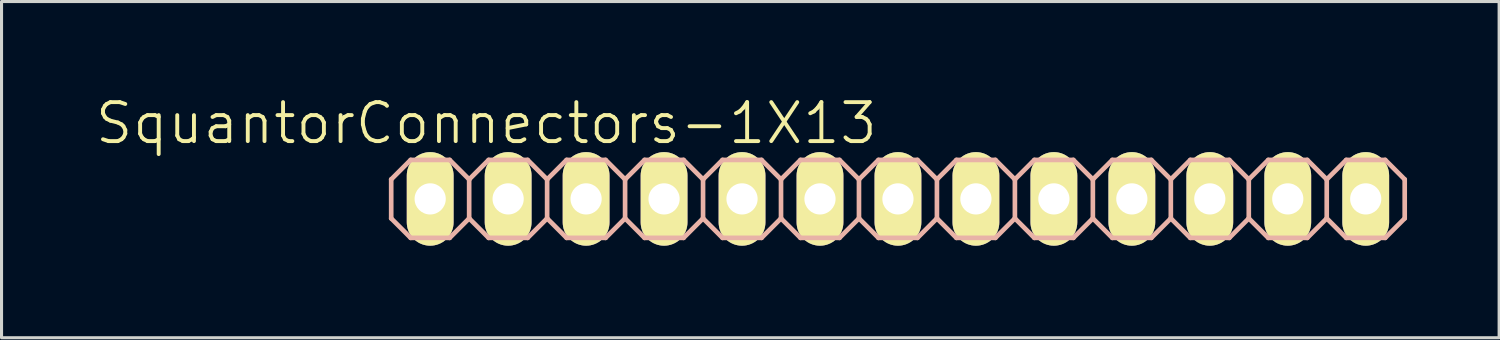
<source format=kicad_pcb>
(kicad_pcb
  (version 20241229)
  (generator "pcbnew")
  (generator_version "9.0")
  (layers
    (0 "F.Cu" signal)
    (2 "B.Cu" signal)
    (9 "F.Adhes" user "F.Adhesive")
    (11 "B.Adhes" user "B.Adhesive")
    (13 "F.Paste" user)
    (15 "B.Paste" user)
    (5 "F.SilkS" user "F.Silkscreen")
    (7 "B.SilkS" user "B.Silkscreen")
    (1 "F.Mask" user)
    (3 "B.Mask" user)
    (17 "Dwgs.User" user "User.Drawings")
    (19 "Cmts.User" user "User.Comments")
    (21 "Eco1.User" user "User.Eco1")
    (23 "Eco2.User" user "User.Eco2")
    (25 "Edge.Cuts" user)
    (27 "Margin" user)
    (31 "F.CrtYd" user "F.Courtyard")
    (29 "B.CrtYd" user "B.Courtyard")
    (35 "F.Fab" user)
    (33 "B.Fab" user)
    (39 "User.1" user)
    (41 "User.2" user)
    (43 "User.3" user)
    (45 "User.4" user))
  (footprint "SquantorConnectors-1X13"
    (layer "F.Cu")
    (at 26.205 3.43)
    (property "Reference" "SquantorConnectors-1X13" (at -13.411 -2.464 0) (layer "F.SilkS") (effects (font (size 1.27 1.27) (thickness 0.127))))
    (attr exclude_from_pos_files exclude_from_bom)
    (fp_line (start -15.494 -0.254) (end -14.986 -0.254) (stroke (width 0.066) (type solid)) (layer "F.SilkS"))
    (fp_line (start -15.494 0.254) (end -15.494 -0.254) (stroke (width 0.066) (type solid)) (layer "F.SilkS"))
    (fp_line (start -15.494 0.254) (end -14.986 0.254) (stroke (width 0.066) (type solid)) (layer "F.SilkS"))
    (fp_line (start -14.986 0.254) (end -14.986 -0.254) (stroke (width 0.066) (type solid)) (layer "F.SilkS"))
    (fp_line (start -12.954 -0.254) (end -12.446 -0.254) (stroke (width 0.066) (type solid)) (layer "F.SilkS"))
    (fp_line (start -12.954 0.254) (end -12.954 -0.254) (stroke (width 0.066) (type solid)) (layer "F.SilkS"))
    (fp_line (start -12.954 0.254) (end -12.446 0.254) (stroke (width 0.066) (type solid)) (layer "F.SilkS"))
    (fp_line (start -12.446 0.254) (end -12.446 -0.254) (stroke (width 0.066) (type solid)) (layer "F.SilkS"))
    (fp_line (start -10.414 -0.254) (end -9.906 -0.254) (stroke (width 0.066) (type solid)) (layer "F.SilkS"))
    (fp_line (start -10.414 0.254) (end -10.414 -0.254) (stroke (width 0.066) (type solid)) (layer "F.SilkS"))
    (fp_line (start -10.414 0.254) (end -9.906 0.254) (stroke (width 0.066) (type solid)) (layer "F.SilkS"))
    (fp_line (start -9.906 0.254) (end -9.906 -0.254) (stroke (width 0.066) (type solid)) (layer "F.SilkS"))
    (fp_line (start -7.874 -0.254) (end -7.366 -0.254) (stroke (width 0.066) (type solid)) (layer "F.SilkS"))
    (fp_line (start -7.874 0.254) (end -7.874 -0.254) (stroke (width 0.066) (type solid)) (layer "F.SilkS"))
    (fp_line (start -7.874 0.254) (end -7.366 0.254) (stroke (width 0.066) (type solid)) (layer "F.SilkS"))
    (fp_line (start -7.366 0.254) (end -7.366 -0.254) (stroke (width 0.066) (type solid)) (layer "F.SilkS"))
    (fp_line (start -5.334 -0.254) (end -4.826 -0.254) (stroke (width 0.066) (type solid)) (layer "F.SilkS"))
    (fp_line (start -5.334 0.254) (end -5.334 -0.254) (stroke (width 0.066) (type solid)) (layer "F.SilkS"))
    (fp_line (start -5.334 0.254) (end -4.826 0.254) (stroke (width 0.066) (type solid)) (layer "F.SilkS"))
    (fp_line (start -4.826 0.254) (end -4.826 -0.254) (stroke (width 0.066) (type solid)) (layer "F.SilkS"))
    (fp_line (start -2.794 -0.254) (end -2.286 -0.254) (stroke (width 0.066) (type solid)) (layer "F.SilkS"))
    (fp_line (start -2.794 0.254) (end -2.794 -0.254) (stroke (width 0.066) (type solid)) (layer "F.SilkS"))
    (fp_line (start -2.794 0.254) (end -2.286 0.254) (stroke (width 0.066) (type solid)) (layer "F.SilkS"))
    (fp_line (start -2.286 0.254) (end -2.286 -0.254) (stroke (width 0.066) (type solid)) (layer "F.SilkS"))
    (fp_line (start -0.254 -0.254) (end 0.254 -0.254) (stroke (width 0.066) (type solid)) (layer "F.SilkS"))
    (fp_line (start -0.254 0.254) (end -0.254 -0.254) (stroke (width 0.066) (type solid)) (layer "F.SilkS"))
    (fp_line (start -0.254 0.254) (end 0.254 0.254) (stroke (width 0.066) (type solid)) (layer "F.SilkS"))
    (fp_line (start 0.254 0.254) (end 0.254 -0.254) (stroke (width 0.066) (type solid)) (layer "F.SilkS"))
    (fp_line (start 2.286 -0.254) (end 2.794 -0.254) (stroke (width 0.066) (type solid)) (layer "F.SilkS"))
    (fp_line (start 2.286 0.254) (end 2.286 -0.254) (stroke (width 0.066) (type solid)) (layer "F.SilkS"))
    (fp_line (start 2.286 0.254) (end 2.794 0.254) (stroke (width 0.066) (type solid)) (layer "F.SilkS"))
    (fp_line (start 2.794 0.254) (end 2.794 -0.254) (stroke (width 0.066) (type solid)) (layer "F.SilkS"))
    (fp_line (start 4.826 -0.254) (end 5.334 -0.254) (stroke (width 0.066) (type solid)) (layer "F.SilkS"))
    (fp_line (start 4.826 0.254) (end 4.826 -0.254) (stroke (width 0.066) (type solid)) (layer "F.SilkS"))
    (fp_line (start 4.826 0.254) (end 5.334 0.254) (stroke (width 0.066) (type solid)) (layer "F.SilkS"))
    (fp_line (start 5.334 0.254) (end 5.334 -0.254) (stroke (width 0.066) (type solid)) (layer "F.SilkS"))
    (fp_line (start 7.366 -0.254) (end 7.874 -0.254) (stroke (width 0.066) (type solid)) (layer "F.SilkS"))
    (fp_line (start 7.366 0.254) (end 7.366 -0.254) (stroke (width 0.066) (type solid)) (layer "F.SilkS"))
    (fp_line (start 7.366 0.254) (end 7.874 0.254) (stroke (width 0.066) (type solid)) (layer "F.SilkS"))
    (fp_line (start 7.874 0.254) (end 7.874 -0.254) (stroke (width 0.066) (type solid)) (layer "F.SilkS"))
    (fp_line (start 9.906 -0.254) (end 10.414 -0.254) (stroke (width 0.066) (type solid)) (layer "F.SilkS"))
    (fp_line (start 9.906 0.254) (end 9.906 -0.254) (stroke (width 0.066) (type solid)) (layer "F.SilkS"))
    (fp_line (start 9.906 0.254) (end 10.414 0.254) (stroke (width 0.066) (type solid)) (layer "F.SilkS"))
    (fp_line (start 10.414 0.254) (end 10.414 -0.254) (stroke (width 0.066) (type solid)) (layer "F.SilkS"))
    (fp_line (start 12.446 -0.254) (end 12.954 -0.254) (stroke (width 0.066) (type solid)) (layer "F.SilkS"))
    (fp_line (start 12.446 0.254) (end 12.446 -0.254) (stroke (width 0.066) (type solid)) (layer "F.SilkS"))
    (fp_line (start 12.446 0.254) (end 12.954 0.254) (stroke (width 0.066) (type solid)) (layer "F.SilkS"))
    (fp_line (start 12.954 0.254) (end 12.954 -0.254) (stroke (width 0.066) (type solid)) (layer "F.SilkS"))
    (fp_line (start 14.986 -0.254) (end 15.494 -0.254) (stroke (width 0.066) (type solid)) (layer "F.SilkS"))
    (fp_line (start 14.986 0.254) (end 14.986 -0.254) (stroke (width 0.066) (type solid)) (layer "F.SilkS"))
    (fp_line (start 14.986 0.254) (end 15.494 0.254) (stroke (width 0.066) (type solid)) (layer "F.SilkS"))
    (fp_line (start 15.494 0.254) (end 15.494 -0.254) (stroke (width 0.066) (type solid)) (layer "F.SilkS"))
    (fp_line (start -16.51 -0.635) (end -16.51 0.635) (stroke (width 0.152) (type solid)) (layer "B.SilkS"))
    (fp_line (start -16.51 0.635) (end -15.875 1.27) (stroke (width 0.152) (type solid)) (layer "B.SilkS"))
    (fp_line (start -15.875 -1.27) (end -16.51 -0.635) (stroke (width 0.152) (type solid)) (layer "B.SilkS"))
    (fp_line (start -15.875 -1.27) (end -14.605 -1.27) (stroke (width 0.152) (type solid)) (layer "B.SilkS"))
    (fp_line (start -14.605 -1.27) (end -13.97 -0.635) (stroke (width 0.152) (type solid)) (layer "B.SilkS"))
    (fp_line (start -14.605 1.27) (end -15.875 1.27) (stroke (width 0.152) (type solid)) (layer "B.SilkS"))
    (fp_line (start -13.97 -0.635) (end -13.97 0.635) (stroke (width 0.152) (type solid)) (layer "B.SilkS"))
    (fp_line (start -13.97 -0.635) (end -13.335 -1.27) (stroke (width 0.152) (type solid)) (layer "B.SilkS"))
    (fp_line (start -13.97 0.635) (end -14.605 1.27) (stroke (width 0.152) (type solid)) (layer "B.SilkS"))
    (fp_line (start -13.335 -1.27) (end -12.065 -1.27) (stroke (width 0.152) (type solid)) (layer "B.SilkS"))
    (fp_line (start -13.335 1.27) (end -13.97 0.635) (stroke (width 0.152) (type solid)) (layer "B.SilkS"))
    (fp_line (start -12.065 -1.27) (end -11.43 -0.635) (stroke (width 0.152) (type solid)) (layer "B.SilkS"))
    (fp_line (start -12.065 1.27) (end -13.335 1.27) (stroke (width 0.152) (type solid)) (layer "B.SilkS"))
    (fp_line (start -11.43 -0.635) (end -11.43 0.635) (stroke (width 0.152) (type solid)) (layer "B.SilkS"))
    (fp_line (start -11.43 -0.635) (end -10.795 -1.27) (stroke (width 0.152) (type solid)) (layer "B.SilkS"))
    (fp_line (start -11.43 0.635) (end -12.065 1.27) (stroke (width 0.152) (type solid)) (layer "B.SilkS"))
    (fp_line (start -10.795 -1.27) (end -9.525 -1.27) (stroke (width 0.152) (type solid)) (layer "B.SilkS"))
    (fp_line (start -10.795 1.27) (end -11.43 0.635) (stroke (width 0.152) (type solid)) (layer "B.SilkS"))
    (fp_line (start -9.525 -1.27) (end -8.89 -0.635) (stroke (width 0.152) (type solid)) (layer "B.SilkS"))
    (fp_line (start -9.525 1.27) (end -10.795 1.27) (stroke (width 0.152) (type solid)) (layer "B.SilkS"))
    (fp_line (start -8.89 -0.635) (end -8.89 0.635) (stroke (width 0.152) (type solid)) (layer "B.SilkS"))
    (fp_line (start -8.89 0.635) (end -9.525 1.27) (stroke (width 0.152) (type solid)) (layer "B.SilkS"))
    (fp_line (start -8.89 0.635) (end -8.255 1.27) (stroke (width 0.152) (type solid)) (layer "B.SilkS"))
    (fp_line (start -8.255 -1.27) (end -8.89 -0.635) (stroke (width 0.152) (type solid)) (layer "B.SilkS"))
    (fp_line (start -8.255 -1.27) (end -6.985 -1.27) (stroke (width 0.152) (type solid)) (layer "B.SilkS"))
    (fp_line (start -6.985 -1.27) (end -6.35 -0.635) (stroke (width 0.152) (type solid)) (layer "B.SilkS"))
    (fp_line (start -6.985 1.27) (end -8.255 1.27) (stroke (width 0.152) (type solid)) (layer "B.SilkS"))
    (fp_line (start -6.35 -0.635) (end -6.35 0.635) (stroke (width 0.152) (type solid)) (layer "B.SilkS"))
    (fp_line (start -6.35 -0.635) (end -5.715 -1.27) (stroke (width 0.152) (type solid)) (layer "B.SilkS"))
    (fp_line (start -6.35 0.635) (end -6.985 1.27) (stroke (width 0.152) (type solid)) (layer "B.SilkS"))
    (fp_line (start -5.715 -1.27) (end -4.445 -1.27) (stroke (width 0.152) (type solid)) (layer "B.SilkS"))
    (fp_line (start -5.715 1.27) (end -6.35 0.635) (stroke (width 0.152) (type solid)) (layer "B.SilkS"))
    (fp_line (start -4.445 -1.27) (end -3.81 -0.635) (stroke (width 0.152) (type solid)) (layer "B.SilkS"))
    (fp_line (start -4.445 1.27) (end -5.715 1.27) (stroke (width 0.152) (type solid)) (layer "B.SilkS"))
    (fp_line (start -3.81 -0.635) (end -3.81 0.635) (stroke (width 0.152) (type solid)) (layer "B.SilkS"))
    (fp_line (start -3.81 -0.635) (end -3.175 -1.27) (stroke (width 0.152) (type solid)) (layer "B.SilkS"))
    (fp_line (start -3.81 0.635) (end -4.445 1.27) (stroke (width 0.152) (type solid)) (layer "B.SilkS"))
    (fp_line (start -3.175 -1.27) (end -1.905 -1.27) (stroke (width 0.152) (type solid)) (layer "B.SilkS"))
    (fp_line (start -3.175 1.27) (end -3.81 0.635) (stroke (width 0.152) (type solid)) (layer "B.SilkS"))
    (fp_line (start -1.905 -1.27) (end -1.27 -0.635) (stroke (width 0.152) (type solid)) (layer "B.SilkS"))
    (fp_line (start -1.905 1.27) (end -3.175 1.27) (stroke (width 0.152) (type solid)) (layer "B.SilkS"))
    (fp_line (start -1.27 -0.635) (end -1.27 0.635) (stroke (width 0.152) (type solid)) (layer "B.SilkS"))
    (fp_line (start -1.27 0.635) (end -1.905 1.27) (stroke (width 0.152) (type solid)) (layer "B.SilkS"))
    (fp_line (start -1.27 0.635) (end -0.635 1.27) (stroke (width 0.152) (type solid)) (layer "B.SilkS"))
    (fp_line (start -0.635 -1.27) (end -1.27 -0.635) (stroke (width 0.152) (type solid)) (layer "B.SilkS"))
    (fp_line (start -0.635 -1.27) (end 0.635 -1.27) (stroke (width 0.152) (type solid)) (layer "B.SilkS"))
    (fp_line (start 0.635 -1.27) (end 1.27 -0.635) (stroke (width 0.152) (type solid)) (layer "B.SilkS"))
    (fp_line (start 0.635 1.27) (end -0.635 1.27) (stroke (width 0.152) (type solid)) (layer "B.SilkS"))
    (fp_line (start 1.27 -0.635) (end 1.27 0.635) (stroke (width 0.152) (type solid)) (layer "B.SilkS"))
    (fp_line (start 1.27 -0.635) (end 1.905 -1.27) (stroke (width 0.152) (type solid)) (layer "B.SilkS"))
    (fp_line (start 1.27 0.635) (end 0.635 1.27) (stroke (width 0.152) (type solid)) (layer "B.SilkS"))
    (fp_line (start 1.905 -1.27) (end 3.175 -1.27) (stroke (width 0.152) (type solid)) (layer "B.SilkS"))
    (fp_line (start 1.905 1.27) (end 1.27 0.635) (stroke (width 0.152) (type solid)) (layer "B.SilkS"))
    (fp_line (start 3.175 -1.27) (end 3.81 -0.635) (stroke (width 0.152) (type solid)) (layer "B.SilkS"))
    (fp_line (start 3.175 1.27) (end 1.905 1.27) (stroke (width 0.152) (type solid)) (layer "B.SilkS"))
    (fp_line (start 3.81 -0.635) (end 3.81 0.635) (stroke (width 0.152) (type solid)) (layer "B.SilkS"))
    (fp_line (start 3.81 -0.635) (end 4.445 -1.27) (stroke (width 0.152) (type solid)) (layer "B.SilkS"))
    (fp_line (start 3.81 0.635) (end 3.175 1.27) (stroke (width 0.152) (type solid)) (layer "B.SilkS"))
    (fp_line (start 4.445 -1.27) (end 5.715 -1.27) (stroke (width 0.152) (type solid)) (layer "B.SilkS"))
    (fp_line (start 4.445 1.27) (end 3.81 0.635) (stroke (width 0.152) (type solid)) (layer "B.SilkS"))
    (fp_line (start 5.715 -1.27) (end 6.35 -0.635) (stroke (width 0.152) (type solid)) (layer "B.SilkS"))
    (fp_line (start 5.715 1.27) (end 4.445 1.27) (stroke (width 0.152) (type solid)) (layer "B.SilkS"))
    (fp_line (start 6.35 -0.635) (end 6.35 0.635) (stroke (width 0.152) (type solid)) (layer "B.SilkS"))
    (fp_line (start 6.35 0.635) (end 5.715 1.27) (stroke (width 0.152) (type solid)) (layer "B.SilkS"))
    (fp_line (start 6.35 0.635) (end 6.985 1.27) (stroke (width 0.152) (type solid)) (layer "B.SilkS"))
    (fp_line (start 6.985 -1.27) (end 6.35 -0.635) (stroke (width 0.152) (type solid)) (layer "B.SilkS"))
    (fp_line (start 6.985 -1.27) (end 8.255 -1.27) (stroke (width 0.152) (type solid)) (layer "B.SilkS"))
    (fp_line (start 8.255 -1.27) (end 8.89 -0.635) (stroke (width 0.152) (type solid)) (layer "B.SilkS"))
    (fp_line (start 8.255 1.27) (end 6.985 1.27) (stroke (width 0.152) (type solid)) (layer "B.SilkS"))
    (fp_line (start 8.89 -0.635) (end 8.89 0.635) (stroke (width 0.152) (type solid)) (layer "B.SilkS"))
    (fp_line (start 8.89 -0.635) (end 9.525 -1.27) (stroke (width 0.152) (type solid)) (layer "B.SilkS"))
    (fp_line (start 8.89 0.635) (end 8.255 1.27) (stroke (width 0.152) (type solid)) (layer "B.SilkS"))
    (fp_line (start 9.525 -1.27) (end 10.795 -1.27) (stroke (width 0.152) (type solid)) (layer "B.SilkS"))
    (fp_line (start 9.525 1.27) (end 8.89 0.635) (stroke (width 0.152) (type solid)) (layer "B.SilkS"))
    (fp_line (start 10.795 -1.27) (end 11.43 -0.635) (stroke (width 0.152) (type solid)) (layer "B.SilkS"))
    (fp_line (start 10.795 1.27) (end 9.525 1.27) (stroke (width 0.152) (type solid)) (layer "B.SilkS"))
    (fp_line (start 11.43 -0.635) (end 11.43 0.635) (stroke (width 0.152) (type solid)) (layer "B.SilkS"))
    (fp_line (start 11.43 -0.635) (end 12.065 -1.27) (stroke (width 0.152) (type solid)) (layer "B.SilkS"))
    (fp_line (start 11.43 0.635) (end 10.795 1.27) (stroke (width 0.152) (type solid)) (layer "B.SilkS"))
    (fp_line (start 12.065 -1.27) (end 13.335 -1.27) (stroke (width 0.152) (type solid)) (layer "B.SilkS"))
    (fp_line (start 12.065 1.27) (end 11.43 0.635) (stroke (width 0.152) (type solid)) (layer "B.SilkS"))
    (fp_line (start 13.335 -1.27) (end 13.97 -0.635) (stroke (width 0.152) (type solid)) (layer "B.SilkS"))
    (fp_line (start 13.335 1.27) (end 12.065 1.27) (stroke (width 0.152) (type solid)) (layer "B.SilkS"))
    (fp_line (start 13.97 -0.635) (end 13.97 0.635) (stroke (width 0.152) (type solid)) (layer "B.SilkS"))
    (fp_line (start 13.97 -0.635) (end 14.605 -1.27) (stroke (width 0.152) (type solid)) (layer "B.SilkS"))
    (fp_line (start 13.97 0.635) (end 13.335 1.27) (stroke (width 0.152) (type solid)) (layer "B.SilkS"))
    (fp_line (start 14.605 -1.27) (end 15.875 -1.27) (stroke (width 0.152) (type solid)) (layer "B.SilkS"))
    (fp_line (start 14.605 1.27) (end 13.97 0.635) (stroke (width 0.152) (type solid)) (layer "B.SilkS"))
    (fp_line (start 15.875 -1.27) (end 16.51 -0.635) (stroke (width 0.152) (type solid)) (layer "B.SilkS"))
    (fp_line (start 15.875 1.27) (end 14.605 1.27) (stroke (width 0.152) (type solid)) (layer "B.SilkS"))
    (fp_line (start 16.51 -0.635) (end 16.51 0.635) (stroke (width 0.152) (type solid)) (layer "B.SilkS"))
    (fp_line (start 16.51 0.635) (end 15.875 1.27) (stroke (width 0.152) (type solid)) (layer "B.SilkS"))
    (pad "1" thru_hole oval (at -15.24 0 180) (size 1.524 3.048) (drill 1.016) (layers "*.Cu" "F.Mask" "F.SilkS" "F.Paste"))
    (pad "2" thru_hole oval (at -12.7 0 180) (size 1.524 3.048) (drill 1.016) (layers "*.Cu" "F.Mask" "F.SilkS" "F.Paste"))
    (pad "3" thru_hole oval (at -10.16 0 180) (size 1.524 3.048) (drill 1.016) (layers "*.Cu" "F.Mask" "F.SilkS" "F.Paste"))
    (pad "4" thru_hole oval (at -7.62 0 180) (size 1.524 3.048) (drill 1.016) (layers "*.Cu" "F.Mask" "F.SilkS" "F.Paste"))
    (pad "5" thru_hole oval (at -5.08 0 180) (size 1.524 3.048) (drill 1.016) (layers "*.Cu" "F.Mask" "F.SilkS" "F.Paste"))
    (pad "6" thru_hole oval (at -2.54 0 180) (size 1.524 3.048) (drill 1.016) (layers "*.Cu" "F.Mask" "F.SilkS" "F.Paste"))
    (pad "7" thru_hole oval (at 0 0 180) (size 1.524 3.048) (drill 1.016) (layers "*.Cu" "F.Mask" "F.SilkS" "F.Paste"))
    (pad "8" thru_hole oval (at 2.54 0 180) (size 1.524 3.048) (drill 1.016) (layers "*.Cu" "F.Mask" "F.SilkS" "F.Paste"))
    (pad "9" thru_hole oval (at 5.08 0 180) (size 1.524 3.048) (drill 1.016) (layers "*.Cu" "F.Mask" "F.SilkS" "F.Paste"))
    (pad "10" thru_hole oval (at 7.62 0 180) (size 1.524 3.048) (drill 1.016) (layers "*.Cu" "F.Mask" "F.SilkS" "F.Paste"))
    (pad "11" thru_hole oval (at 10.16 0 180) (size 1.524 3.048) (drill 1.016) (layers "*.Cu" "F.Mask" "F.SilkS" "F.Paste"))
    (pad "12" thru_hole oval (at 12.7 0 180) (size 1.524 3.048) (drill 1.016) (layers "*.Cu" "F.Mask" "F.SilkS" "F.Paste"))
    (pad "13" thru_hole oval (at 15.24 0 180) (size 1.524 3.048) (drill 1.016) (layers "*.Cu" "F.Mask" "F.SilkS" "F.Paste")))
  (gr_rect
    (start -3 -3)
    (end 45.791 7.954)
    (stroke (width 0.1) (type default))
    (fill no)
    (layer "Edge.Cuts")))
</source>
